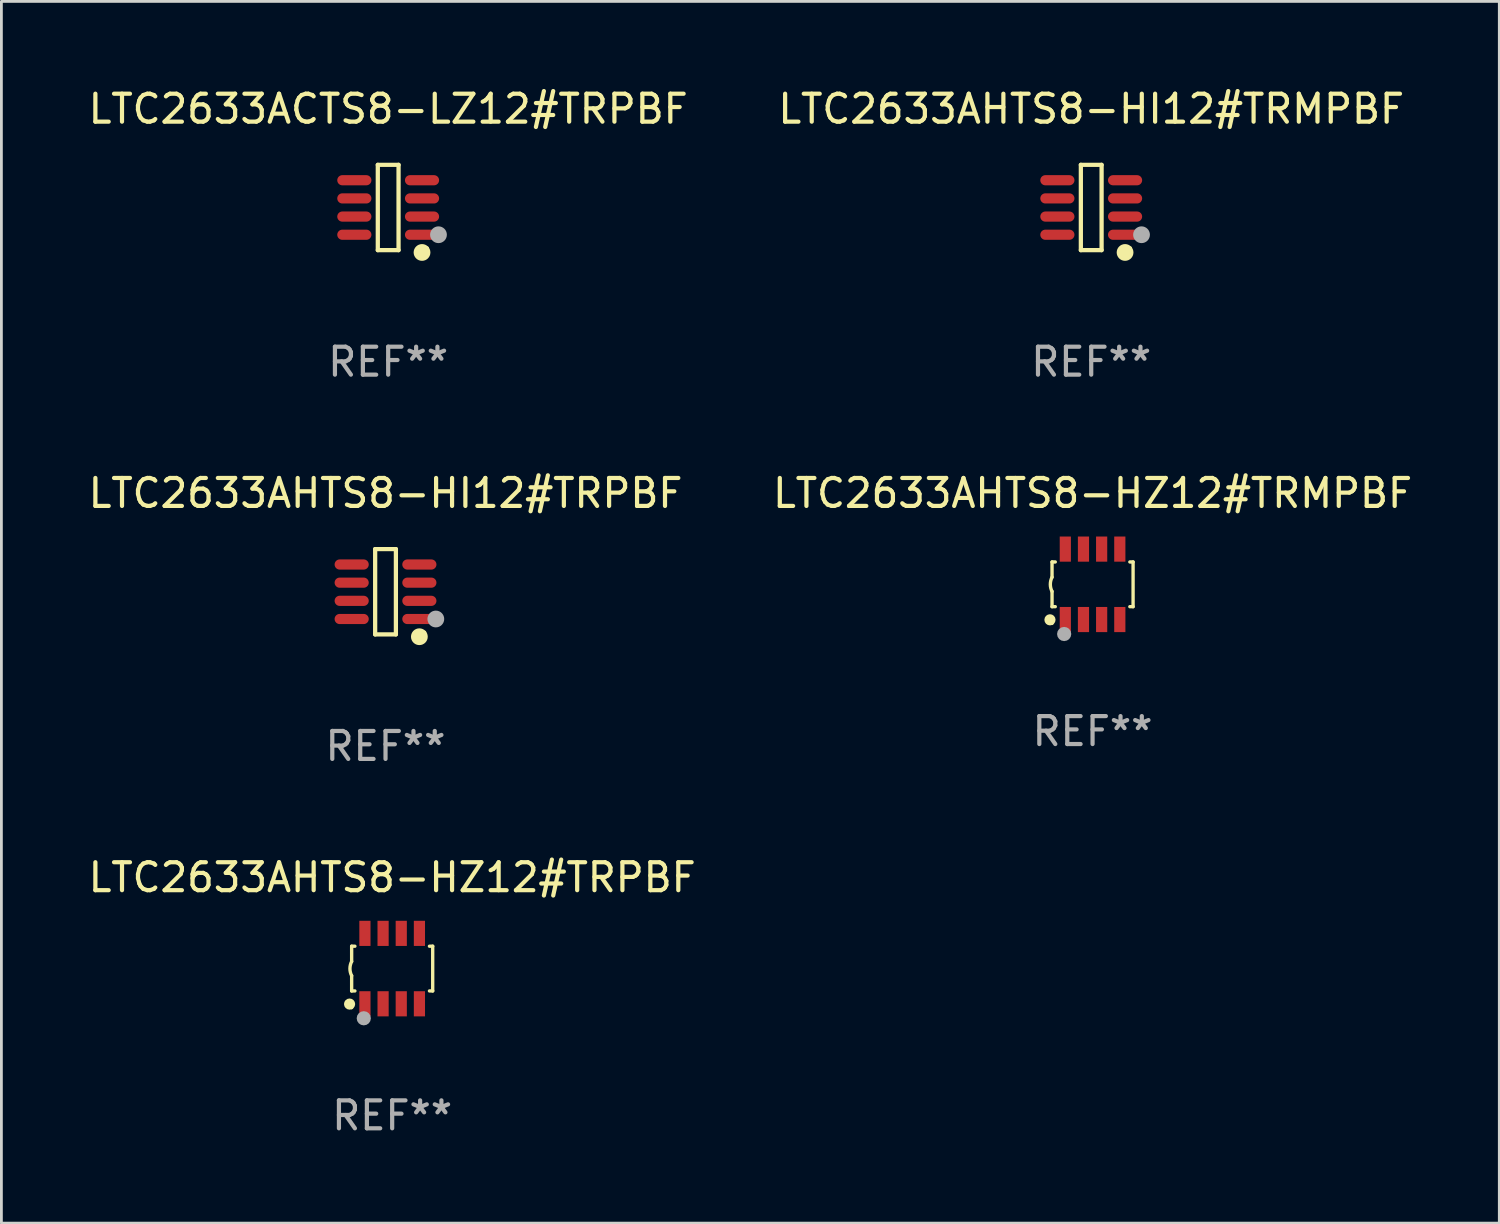
<source format=kicad_pcb>
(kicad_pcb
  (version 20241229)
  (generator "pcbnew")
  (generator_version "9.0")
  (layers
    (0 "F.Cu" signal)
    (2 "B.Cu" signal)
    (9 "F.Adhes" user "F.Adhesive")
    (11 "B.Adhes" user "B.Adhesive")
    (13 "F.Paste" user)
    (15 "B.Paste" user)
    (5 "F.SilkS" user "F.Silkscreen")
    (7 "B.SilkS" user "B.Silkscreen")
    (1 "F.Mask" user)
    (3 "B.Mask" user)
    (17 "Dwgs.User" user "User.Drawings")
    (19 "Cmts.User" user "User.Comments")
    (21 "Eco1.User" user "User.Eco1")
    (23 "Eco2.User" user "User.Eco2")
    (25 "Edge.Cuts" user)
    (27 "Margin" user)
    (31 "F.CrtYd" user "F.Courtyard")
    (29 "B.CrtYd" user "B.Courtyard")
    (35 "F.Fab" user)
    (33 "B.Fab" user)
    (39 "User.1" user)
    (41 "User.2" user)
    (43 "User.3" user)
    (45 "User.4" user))
  (footprint "LTC2633AHTS8-HI12#TRPBF"
    (layer "F.Cu")
    (at 10.744 18.123)
    (property "Reference" "LTC2633AHTS8-HI12#TRPBF" (at 0 -3.526 0) (layer "F.SilkS") (effects (font (size 1 1) (thickness 0.15))))
    (attr through_hole)
    (fp_line (start -0.371 -1.526) (end 0.371 -1.526) (stroke (width 0.152) (type solid)) (layer "F.SilkS"))
    (fp_line (start -0.371 1.526) (end -0.371 -1.526) (stroke (width 0.152) (type solid)) (layer "F.SilkS"))
    (fp_line (start 0.371 -1.526) (end 0.371 1.526) (stroke (width 0.152) (type solid)) (layer "F.SilkS"))
    (fp_line (start 0.371 1.526) (end -0.371 1.526) (stroke (width 0.152) (type solid)) (layer "F.SilkS"))
    (fp_circle (center 1.211 1.609) (end 1.361 1.609) (stroke (width 0.3) (type solid)) (fill no) (layer "F.SilkS"))
    (fp_circle (center 1.4 1.45) (end 1.43 1.45) (stroke (width 0.06) (type solid)) (fill no) (layer "F.SilkS"))
    (fp_circle (center 1.8 0.975) (end 1.95 0.975) (stroke (width 0.3) (type solid)) (fill no) (layer "F.Fab"))
    (fp_text user "REF**" (at 0 5.526 0) (layer "F.Fab") (effects (font (size 1 1) (thickness 0.15))))
    (pad "1" smd oval (at 1.211 0.975) (size 1.222 0.364) (layers "F.Cu" "F.Mask" "F.Paste"))
    (pad "2" smd oval (at 1.211 0.325) (size 1.222 0.364) (layers "F.Cu" "F.Mask" "F.Paste"))
    (pad "3" smd oval (at 1.211 -0.325) (size 1.222 0.364) (layers "F.Cu" "F.Mask" "F.Paste"))
    (pad "4" smd oval (at 1.211 -0.975) (size 1.222 0.364) (layers "F.Cu" "F.Mask" "F.Paste"))
    (pad "5" smd oval (at -1.211 -0.975) (size 1.222 0.364) (layers "F.Cu" "F.Mask" "F.Paste"))
    (pad "6" smd oval (at -1.211 -0.325) (size 1.222 0.364) (layers "F.Cu" "F.Mask" "F.Paste"))
    (pad "7" smd oval (at -1.211 0.325) (size 1.222 0.364) (layers "F.Cu" "F.Mask" "F.Paste"))
    (pad "8" smd oval (at -1.211 0.975) (size 1.222 0.364) (layers "F.Cu" "F.Mask" "F.Paste")))
  (footprint "LTC2633AHTS8-HI12#TRMPBF"
    (layer "F.Cu")
    (at 35.994 4.374)
    (property "Reference" "LTC2633AHTS8-HI12#TRMPBF" (at 0 -3.526 0) (layer "F.SilkS") (effects (font (size 1 1) (thickness 0.15))))
    (attr through_hole)
    (fp_line (start -0.371 -1.526) (end 0.371 -1.526) (stroke (width 0.152) (type solid)) (layer "F.SilkS"))
    (fp_line (start -0.371 1.526) (end -0.371 -1.526) (stroke (width 0.152) (type solid)) (layer "F.SilkS"))
    (fp_line (start 0.371 -1.526) (end 0.371 1.526) (stroke (width 0.152) (type solid)) (layer "F.SilkS"))
    (fp_line (start 0.371 1.526) (end -0.371 1.526) (stroke (width 0.152) (type solid)) (layer "F.SilkS"))
    (fp_circle (center 1.211 1.609) (end 1.361 1.609) (stroke (width 0.3) (type solid)) (fill no) (layer "F.SilkS"))
    (fp_circle (center 1.4 1.45) (end 1.43 1.45) (stroke (width 0.06) (type solid)) (fill no) (layer "F.SilkS"))
    (fp_circle (center 1.8 0.975) (end 1.95 0.975) (stroke (width 0.3) (type solid)) (fill no) (layer "F.Fab"))
    (fp_text user "REF**" (at 0 5.526 0) (layer "F.Fab") (effects (font (size 1 1) (thickness 0.15))))
    (pad "1" smd oval (at 1.211 0.975) (size 1.222 0.364) (layers "F.Cu" "F.Mask" "F.Paste"))
    (pad "2" smd oval (at 1.211 0.325) (size 1.222 0.364) (layers "F.Cu" "F.Mask" "F.Paste"))
    (pad "3" smd oval (at 1.211 -0.325) (size 1.222 0.364) (layers "F.Cu" "F.Mask" "F.Paste"))
    (pad "4" smd oval (at 1.211 -0.975) (size 1.222 0.364) (layers "F.Cu" "F.Mask" "F.Paste"))
    (pad "5" smd oval (at -1.211 -0.975) (size 1.222 0.364) (layers "F.Cu" "F.Mask" "F.Paste"))
    (pad "6" smd oval (at -1.211 -0.325) (size 1.222 0.364) (layers "F.Cu" "F.Mask" "F.Paste"))
    (pad "7" smd oval (at -1.211 0.325) (size 1.222 0.364) (layers "F.Cu" "F.Mask" "F.Paste"))
    (pad "8" smd oval (at -1.211 0.975) (size 1.222 0.364) (layers "F.Cu" "F.Mask" "F.Paste")))
  (footprint "LTC2633AHTS8-HZ12#TRMPBF"
    (layer "F.Cu")
    (at 36.042 17.857)
    (property "Reference" "LTC2633AHTS8-HZ12#TRMPBF" (at 0 -3.26 0) (layer "F.SilkS") (effects (font (size 1 1) (thickness 0.15))))
    (attr through_hole)
    (fp_line (start -1.45 -0.8) (end -1.45 -0.254) (stroke (width 0.12) (type solid)) (layer "F.SilkS"))
    (fp_line (start -1.45 -0.8) (end -1.334 -0.8) (stroke (width 0.12) (type solid)) (layer "F.SilkS"))
    (fp_line (start -1.45 0.8) (end -1.45 0.254) (stroke (width 0.12) (type solid)) (layer "F.SilkS"))
    (fp_line (start -1.45 0.8) (end -1.334 0.8) (stroke (width 0.12) (type solid)) (layer "F.SilkS"))
    (fp_line (start 1.334 -0.8) (end 1.45 -0.8) (stroke (width 0.12) (type solid)) (layer "F.SilkS"))
    (fp_line (start 1.334 0.8) (end 1.45 0.8) (stroke (width 0.12) (type solid)) (layer "F.SilkS"))
    (fp_line (start 1.45 0.8) (end 1.45 -0.8) (stroke (width 0.12) (type solid)) (layer "F.SilkS"))
    (fp_arc (start -1.45075 0.255144) (mid -1.510605 0.000434) (end -1.450013 -0.254102) (stroke (width 0.11999) (type solid)) (layer "F.SilkS"))
    (fp_circle (center -1.524 1.27) (end -1.424 1.27) (stroke (width 0.2) (type solid)) (fill no) (layer "F.SilkS"))
    (fp_circle (center -1.45 1.4) (end -1.42 1.4) (stroke (width 0.06) (type solid)) (fill no) (layer "F.SilkS"))
    (fp_circle (center -1.016 1.778) (end -0.889 1.778) (stroke (width 0.254) (type solid)) (fill no) (layer "F.Fab"))
    (fp_text user "REF**" (at 0 5.26 0) (layer "F.Fab") (effects (font (size 1 1) (thickness 0.15))))
    (pad "1" smd rect (at -0.975 1.26) (size 0.4 0.9) (layers "F.Cu" "F.Mask" "F.Paste"))
    (pad "2" smd rect (at -0.325 1.26) (size 0.4 0.9) (layers "F.Cu" "F.Mask" "F.Paste"))
    (pad "3" smd rect (at 0.325 1.26) (size 0.4 0.9) (layers "F.Cu" "F.Mask" "F.Paste"))
    (pad "4" smd rect (at 0.975 1.26) (size 0.4 0.9) (layers "F.Cu" "F.Mask" "F.Paste"))
    (pad "5" smd rect (at 0.975 -1.26) (size 0.4 0.9) (layers "F.Cu" "F.Mask" "F.Paste"))
    (pad "6" smd rect (at 0.325 -1.26) (size 0.4 0.9) (layers "F.Cu" "F.Mask" "F.Paste"))
    (pad "7" smd rect (at -0.325 -1.26) (size 0.4 0.9) (layers "F.Cu" "F.Mask" "F.Paste"))
    (pad "8" smd rect (at -0.975 -1.26) (size 0.4 0.9) (layers "F.Cu" "F.Mask" "F.Paste")))
  (footprint "LTC2633AHTS8-HZ12#TRPBF"
    (layer "F.Cu")
    (at 10.982 31.606)
    (property "Reference" "LTC2633AHTS8-HZ12#TRPBF" (at 0 -3.26 0) (layer "F.SilkS") (effects (font (size 1 1) (thickness 0.15))))
    (attr through_hole)
    (fp_line (start -1.45 -0.8) (end -1.45 -0.254) (stroke (width 0.12) (type solid)) (layer "F.SilkS"))
    (fp_line (start -1.45 -0.8) (end -1.334 -0.8) (stroke (width 0.12) (type solid)) (layer "F.SilkS"))
    (fp_line (start -1.45 0.8) (end -1.45 0.254) (stroke (width 0.12) (type solid)) (layer "F.SilkS"))
    (fp_line (start -1.45 0.8) (end -1.334 0.8) (stroke (width 0.12) (type solid)) (layer "F.SilkS"))
    (fp_line (start 1.334 -0.8) (end 1.45 -0.8) (stroke (width 0.12) (type solid)) (layer "F.SilkS"))
    (fp_line (start 1.334 0.8) (end 1.45 0.8) (stroke (width 0.12) (type solid)) (layer "F.SilkS"))
    (fp_line (start 1.45 0.8) (end 1.45 -0.8) (stroke (width 0.12) (type solid)) (layer "F.SilkS"))
    (fp_arc (start -1.45075 0.255144) (mid -1.510605 0.000434) (end -1.450013 -0.254102) (stroke (width 0.11999) (type solid)) (layer "F.SilkS"))
    (fp_circle (center -1.524 1.27) (end -1.424 1.27) (stroke (width 0.2) (type solid)) (fill no) (layer "F.SilkS"))
    (fp_circle (center -1.45 1.4) (end -1.42 1.4) (stroke (width 0.06) (type solid)) (fill no) (layer "F.SilkS"))
    (fp_circle (center -1.016 1.778) (end -0.889 1.778) (stroke (width 0.254) (type solid)) (fill no) (layer "F.Fab"))
    (fp_text user "REF**" (at 0 5.26 0) (layer "F.Fab") (effects (font (size 1 1) (thickness 0.15))))
    (pad "1" smd rect (at -0.975 1.26) (size 0.4 0.9) (layers "F.Cu" "F.Mask" "F.Paste"))
    (pad "2" smd rect (at -0.325 1.26) (size 0.4 0.9) (layers "F.Cu" "F.Mask" "F.Paste"))
    (pad "3" smd rect (at 0.325 1.26) (size 0.4 0.9) (layers "F.Cu" "F.Mask" "F.Paste"))
    (pad "4" smd rect (at 0.975 1.26) (size 0.4 0.9) (layers "F.Cu" "F.Mask" "F.Paste"))
    (pad "5" smd rect (at 0.975 -1.26) (size 0.4 0.9) (layers "F.Cu" "F.Mask" "F.Paste"))
    (pad "6" smd rect (at 0.325 -1.26) (size 0.4 0.9) (layers "F.Cu" "F.Mask" "F.Paste"))
    (pad "7" smd rect (at -0.325 -1.26) (size 0.4 0.9) (layers "F.Cu" "F.Mask" "F.Paste"))
    (pad "8" smd rect (at -0.975 -1.26) (size 0.4 0.9) (layers "F.Cu" "F.Mask" "F.Paste")))
  (footprint "LTC2633ACTS8-LZ12#TRPBF"
    (layer "F.Cu")
    (at 10.839 4.374)
    (property "Reference" "LTC2633ACTS8-LZ12#TRPBF" (at 0 -3.526 0) (layer "F.SilkS") (effects (font (size 1 1) (thickness 0.15))))
    (attr through_hole)
    (fp_line (start -0.371 -1.526) (end 0.371 -1.526) (stroke (width 0.152) (type solid)) (layer "F.SilkS"))
    (fp_line (start -0.371 1.526) (end -0.371 -1.526) (stroke (width 0.152) (type solid)) (layer "F.SilkS"))
    (fp_line (start 0.371 -1.526) (end 0.371 1.526) (stroke (width 0.152) (type solid)) (layer "F.SilkS"))
    (fp_line (start 0.371 1.526) (end -0.371 1.526) (stroke (width 0.152) (type solid)) (layer "F.SilkS"))
    (fp_circle (center 1.211 1.609) (end 1.361 1.609) (stroke (width 0.3) (type solid)) (fill no) (layer "F.SilkS"))
    (fp_circle (center 1.4 1.45) (end 1.43 1.45) (stroke (width 0.06) (type solid)) (fill no) (layer "F.SilkS"))
    (fp_circle (center 1.8 0.975) (end 1.95 0.975) (stroke (width 0.3) (type solid)) (fill no) (layer "F.Fab"))
    (fp_text user "REF**" (at 0 5.526 0) (layer "F.Fab") (effects (font (size 1 1) (thickness 0.15))))
    (pad "1" smd oval (at 1.211 0.975) (size 1.222 0.364) (layers "F.Cu" "F.Mask" "F.Paste"))
    (pad "2" smd oval (at 1.211 0.325) (size 1.222 0.364) (layers "F.Cu" "F.Mask" "F.Paste"))
    (pad "3" smd oval (at 1.211 -0.325) (size 1.222 0.364) (layers "F.Cu" "F.Mask" "F.Paste"))
    (pad "4" smd oval (at 1.211 -0.975) (size 1.222 0.364) (layers "F.Cu" "F.Mask" "F.Paste"))
    (pad "5" smd oval (at -1.211 -0.975) (size 1.222 0.364) (layers "F.Cu" "F.Mask" "F.Paste"))
    (pad "6" smd oval (at -1.211 -0.325) (size 1.222 0.364) (layers "F.Cu" "F.Mask" "F.Paste"))
    (pad "7" smd oval (at -1.211 0.325) (size 1.222 0.364) (layers "F.Cu" "F.Mask" "F.Paste"))
    (pad "8" smd oval (at -1.211 0.975) (size 1.222 0.364) (layers "F.Cu" "F.Mask" "F.Paste")))
  (gr_rect
    (start -3 -3)
    (end 50.595 40.714)
    (stroke (width 0.1) (type default))
    (fill no)
    (layer "Edge.Cuts")))
</source>
